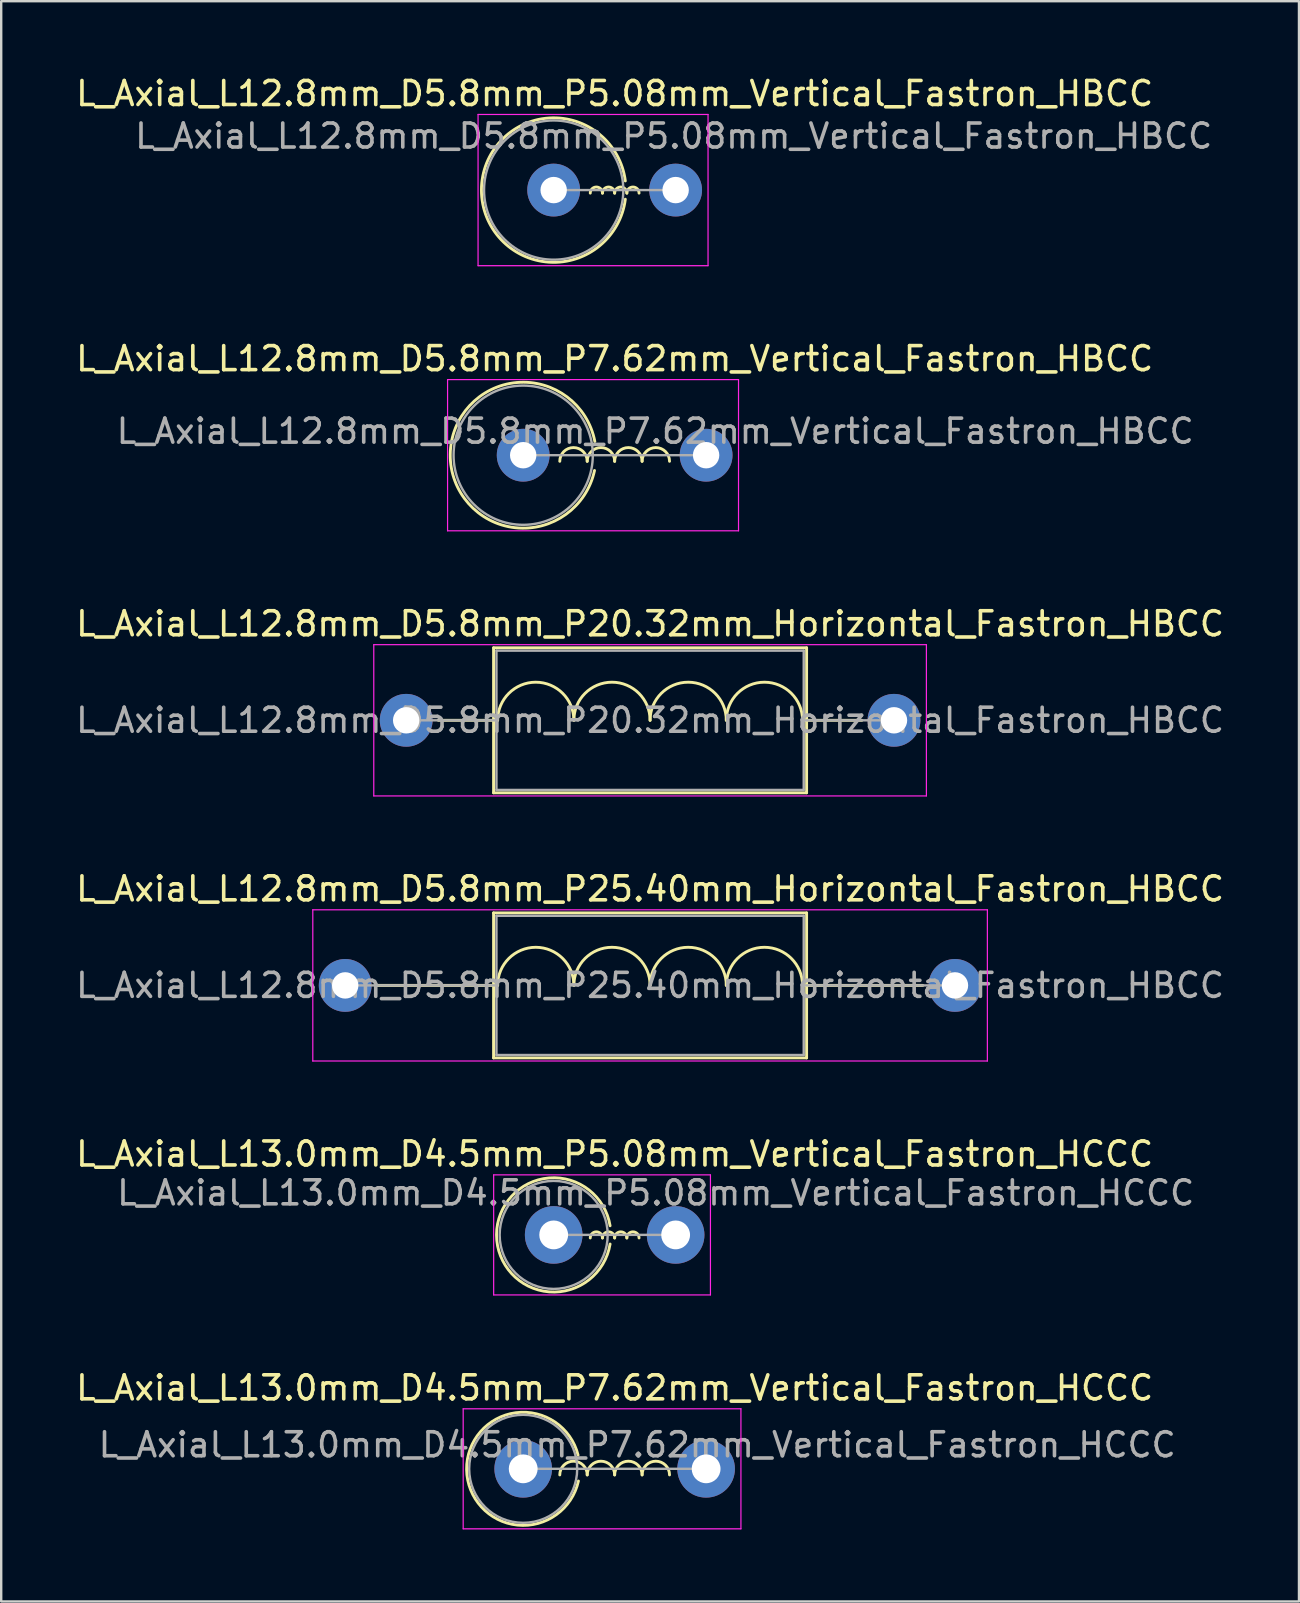
<source format=kicad_pcb>
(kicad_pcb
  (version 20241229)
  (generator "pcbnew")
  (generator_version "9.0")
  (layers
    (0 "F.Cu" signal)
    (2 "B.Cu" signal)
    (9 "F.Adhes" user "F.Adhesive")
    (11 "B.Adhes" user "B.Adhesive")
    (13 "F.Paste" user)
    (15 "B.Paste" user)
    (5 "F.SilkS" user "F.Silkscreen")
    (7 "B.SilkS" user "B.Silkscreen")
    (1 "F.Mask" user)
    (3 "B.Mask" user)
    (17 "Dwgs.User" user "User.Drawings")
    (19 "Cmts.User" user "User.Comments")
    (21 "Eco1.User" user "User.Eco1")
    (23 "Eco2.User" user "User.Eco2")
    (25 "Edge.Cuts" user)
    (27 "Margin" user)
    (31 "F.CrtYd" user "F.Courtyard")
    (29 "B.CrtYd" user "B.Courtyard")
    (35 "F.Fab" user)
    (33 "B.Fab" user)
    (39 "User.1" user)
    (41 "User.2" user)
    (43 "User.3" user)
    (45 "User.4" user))
  (footprint "L_Axial_L12.8mm_D5.8mm_P25.40mm_Horizontal_Fastron_HBCC"
    (layer "F.Cu")
    (at 11.33 37.998)
    (property "Reference" "L_Axial_L12.8mm_D5.8mm_P25.40mm_Horizontal_Fastron_HBCC" (at 12.7 -4.02 0) (layer "F.SilkS") (effects (font (size 1 1) (thickness 0.15))))
    (attr through_hole)
    (fp_line (start 1.34 0) (end 6.18 0) (stroke (width 0.12) (type solid)) (layer "F.SilkS"))
    (fp_line (start 6.18 -3.02) (end 6.18 3.02) (stroke (width 0.12) (type solid)) (layer "F.SilkS"))
    (fp_line (start 6.18 3.02) (end 19.22 3.02) (stroke (width 0.12) (type solid)) (layer "F.SilkS"))
    (fp_line (start 6.35 0) (end 6.16 0) (stroke (width 0.12) (type solid)) (layer "F.SilkS"))
    (fp_line (start 19.05 0) (end 19.22 0) (stroke (width 0.12) (type solid)) (layer "F.SilkS"))
    (fp_line (start 19.22 -3.02) (end 6.18 -3.02) (stroke (width 0.12) (type solid)) (layer "F.SilkS"))
    (fp_line (start 19.22 3.02) (end 19.22 -3.02) (stroke (width 0.12) (type solid)) (layer "F.SilkS"))
    (fp_line (start 24.06 0) (end 19.22 0) (stroke (width 0.12) (type solid)) (layer "F.SilkS"))
    (fp_arc (start 6.35 0) (mid 7.9375 -1.5875) (end 9.525 0) (stroke (width 0.12) (type solid)) (layer "F.SilkS"))
    (fp_arc (start 9.525 0) (mid 11.1125 -1.5875) (end 12.7 0) (stroke (width 0.12) (type solid)) (layer "F.SilkS"))
    (fp_arc (start 12.7 0) (mid 14.2875 -1.5875) (end 15.875 0) (stroke (width 0.12) (type solid)) (layer "F.SilkS"))
    (fp_arc (start 15.875 0) (mid 17.4625 -1.5875) (end 19.05 0) (stroke (width 0.12) (type solid)) (layer "F.SilkS"))
    (fp_line (start -1.35 -3.15) (end -1.35 3.15) (stroke (width 0.05) (type solid)) (layer "F.CrtYd"))
    (fp_line (start -1.35 3.15) (end 26.75 3.15) (stroke (width 0.05) (type solid)) (layer "F.CrtYd"))
    (fp_line (start 26.75 -3.15) (end -1.35 -3.15) (stroke (width 0.05) (type solid)) (layer "F.CrtYd"))
    (fp_line (start 26.75 3.15) (end 26.75 -3.15) (stroke (width 0.05) (type solid)) (layer "F.CrtYd"))
    (fp_line (start 0 0) (end 6.3 0) (stroke (width 0.1) (type solid)) (layer "F.Fab"))
    (fp_line (start 6.3 -2.9) (end 6.3 2.9) (stroke (width 0.1) (type solid)) (layer "F.Fab"))
    (fp_line (start 6.3 2.9) (end 19.1 2.9) (stroke (width 0.1) (type solid)) (layer "F.Fab"))
    (fp_line (start 19.1 -2.9) (end 6.3 -2.9) (stroke (width 0.1) (type solid)) (layer "F.Fab"))
    (fp_line (start 19.1 2.9) (end 19.1 -2.9) (stroke (width 0.1) (type solid)) (layer "F.Fab"))
    (fp_line (start 25.4 0) (end 19.1 0) (stroke (width 0.1) (type solid)) (layer "F.Fab"))
    (fp_text user "${REFERENCE}" (at 12.7 0 0) (layer "F.Fab") (effects (font (size 1 1) (thickness 0.15))))
    (pad "1" thru_hole circle (at 0 0) (size 2.2 2.2) (drill 1.1) (layers "*.Cu" "*.Mask"))
    (pad "2" thru_hole oval (at 25.4 0) (size 2.2 2.2) (drill 1.1) (layers "*.Cu" "*.Mask")))
  (footprint "L_Axial_L12.8mm_D5.8mm_P20.32mm_Horizontal_Fastron_HBCC"
    (layer "F.Cu")
    (at 13.87 26.955)
    (property "Reference" "L_Axial_L12.8mm_D5.8mm_P20.32mm_Horizontal_Fastron_HBCC" (at 10.16 -4.02 0) (layer "F.SilkS") (effects (font (size 1 1) (thickness 0.15))))
    (attr through_hole)
    (fp_line (start 1.34 0) (end 3.64 0) (stroke (width 0.12) (type solid)) (layer "F.SilkS"))
    (fp_line (start 3.64 -3.02) (end 3.64 3.02) (stroke (width 0.12) (type solid)) (layer "F.SilkS"))
    (fp_line (start 3.64 3.02) (end 16.68 3.02) (stroke (width 0.12) (type solid)) (layer "F.SilkS"))
    (fp_line (start 3.81 0) (end 3.619 0) (stroke (width 0.12) (type solid)) (layer "F.SilkS"))
    (fp_line (start 16.51 0) (end 16.68 0) (stroke (width 0.12) (type solid)) (layer "F.SilkS"))
    (fp_line (start 16.68 -3.02) (end 3.64 -3.02) (stroke (width 0.12) (type solid)) (layer "F.SilkS"))
    (fp_line (start 16.68 3.02) (end 16.68 -3.02) (stroke (width 0.12) (type solid)) (layer "F.SilkS"))
    (fp_line (start 18.98 0) (end 16.68 0) (stroke (width 0.12) (type solid)) (layer "F.SilkS"))
    (fp_arc (start 3.81 0) (mid 5.3975 -1.5875) (end 6.985 0) (stroke (width 0.12) (type solid)) (layer "F.SilkS"))
    (fp_arc (start 6.985 0) (mid 8.5725 -1.5875) (end 10.16 0) (stroke (width 0.12) (type solid)) (layer "F.SilkS"))
    (fp_arc (start 10.16 0) (mid 11.7475 -1.5875) (end 13.335 0) (stroke (width 0.12) (type solid)) (layer "F.SilkS"))
    (fp_arc (start 13.335 0) (mid 14.9225 -1.5875) (end 16.51 0) (stroke (width 0.12) (type solid)) (layer "F.SilkS"))
    (fp_line (start -1.35 -3.15) (end -1.35 3.15) (stroke (width 0.05) (type solid)) (layer "F.CrtYd"))
    (fp_line (start -1.35 3.15) (end 21.67 3.15) (stroke (width 0.05) (type solid)) (layer "F.CrtYd"))
    (fp_line (start 21.67 -3.15) (end -1.35 -3.15) (stroke (width 0.05) (type solid)) (layer "F.CrtYd"))
    (fp_line (start 21.67 3.15) (end 21.67 -3.15) (stroke (width 0.05) (type solid)) (layer "F.CrtYd"))
    (fp_line (start 0 0) (end 3.76 0) (stroke (width 0.1) (type solid)) (layer "F.Fab"))
    (fp_line (start 3.76 -2.9) (end 3.76 2.9) (stroke (width 0.1) (type solid)) (layer "F.Fab"))
    (fp_line (start 3.76 2.9) (end 16.56 2.9) (stroke (width 0.1) (type solid)) (layer "F.Fab"))
    (fp_line (start 16.56 -2.9) (end 3.76 -2.9) (stroke (width 0.1) (type solid)) (layer "F.Fab"))
    (fp_line (start 16.56 2.9) (end 16.56 -2.9) (stroke (width 0.1) (type solid)) (layer "F.Fab"))
    (fp_line (start 20.32 0) (end 16.56 0) (stroke (width 0.1) (type solid)) (layer "F.Fab"))
    (fp_text user "${REFERENCE}" (at 10.16 0 0) (layer "F.Fab") (effects (font (size 1 1) (thickness 0.15))))
    (pad "1" thru_hole circle (at 0 0) (size 2.2 2.2) (drill 1.1) (layers "*.Cu" "*.Mask"))
    (pad "2" thru_hole oval (at 20.32 0) (size 2.2 2.2) (drill 1.1) (layers "*.Cu" "*.Mask")))
  (footprint "L_Axial_L13.0mm_D4.5mm_P5.08mm_Vertical_Fastron_HCCC"
    (layer "F.Cu")
    (at 20.014 48.391)
    (property "Reference" "L_Axial_L13.0mm_D4.5mm_P5.08mm_Vertical_Fastron_HCCC" (at 2.54 -3.37 0) (layer "F.SilkS") (effects (font (size 1 1) (thickness 0.15))))
    (attr through_hole)
    (fp_arc (start 1.524 0.127) (mid 1.778 -0.127) (end 2.032 0.127) (stroke (width 0.12) (type solid)) (layer "F.SilkS"))
    (fp_arc (start 2.032 0.127) (mid 2.286 -0.127) (end 2.54 0.127) (stroke (width 0.12) (type solid)) (layer "F.SilkS"))
    (fp_arc (start 2.3495 0.381) (mid -2.380191 0) (end 2.3495 -0.381) (stroke (width 0.12) (type solid)) (layer "F.SilkS"))
    (fp_arc (start 2.54 0.127) (mid 2.794 -0.127) (end 3.048 0.127) (stroke (width 0.12) (type solid)) (layer "F.SilkS"))
    (fp_arc (start 3.048 0.127) (mid 3.302 -0.127) (end 3.556 0.127) (stroke (width 0.12) (type solid)) (layer "F.SilkS"))
    (fp_line (start -2.5 -2.5) (end -2.5 2.5) (stroke (width 0.05) (type solid)) (layer "F.CrtYd"))
    (fp_line (start -2.5 2.5) (end 6.53 2.5) (stroke (width 0.05) (type solid)) (layer "F.CrtYd"))
    (fp_line (start 6.53 -2.5) (end -2.5 -2.5) (stroke (width 0.05) (type solid)) (layer "F.CrtYd"))
    (fp_line (start 6.53 2.5) (end 6.53 -2.5) (stroke (width 0.05) (type solid)) (layer "F.CrtYd"))
    (fp_line (start 0 0) (end 5.08 0) (stroke (width 0.1) (type solid)) (layer "F.Fab"))
    (fp_circle (center 0 0) (end 2.25 0) (stroke (width 0.1) (type solid)) (fill no) (layer "F.Fab"))
    (fp_text user "${REFERENCE}" (at 4.25 -1.75 0) (layer "F.Fab") (effects (font (size 1 1) (thickness 0.15))))
    (pad "1" thru_hole circle (at 0 0) (size 2.4 2.4) (drill 1.2) (layers "*.Cu" "*.Mask"))
    (pad "2" thru_hole oval (at 5.08 0) (size 2.4 2.4) (drill 1.2) (layers "*.Cu" "*.Mask")))
  (footprint "L_Axial_L13.0mm_D4.5mm_P7.62mm_Vertical_Fastron_HCCC"
    (layer "F.Cu")
    (at 18.744 58.135)
    (property "Reference" "L_Axial_L13.0mm_D4.5mm_P7.62mm_Vertical_Fastron_HCCC" (at 3.81 -3.37 0) (layer "F.SilkS") (effects (font (size 1 1) (thickness 0.15))))
    (attr through_hole)
    (fp_arc (start 1.524 0.254) (mid 2.0955 -0.3175) (end 2.667 0.254) (stroke (width 0.12) (type solid)) (layer "F.SilkS"))
    (fp_arc (start 2.300848 0.508434) (mid -2.356132 0.032393) (end 2.286 -0.5715) (stroke (width 0.12) (type solid)) (layer "F.SilkS"))
    (fp_arc (start 2.667 0.254) (mid 3.2385 -0.3175) (end 3.81 0.254) (stroke (width 0.12) (type solid)) (layer "F.SilkS"))
    (fp_arc (start 3.81 0.254) (mid 4.3815 -0.3175) (end 4.953 0.254) (stroke (width 0.12) (type solid)) (layer "F.SilkS"))
    (fp_arc (start 4.953 0.254) (mid 5.5245 -0.3175) (end 6.096 0.254) (stroke (width 0.12) (type solid)) (layer "F.SilkS"))
    (fp_line (start -2.5 -2.5) (end -2.5 2.5) (stroke (width 0.05) (type solid)) (layer "F.CrtYd"))
    (fp_line (start -2.5 2.5) (end 9.07 2.5) (stroke (width 0.05) (type solid)) (layer "F.CrtYd"))
    (fp_line (start 9.07 -2.5) (end -2.5 -2.5) (stroke (width 0.05) (type solid)) (layer "F.CrtYd"))
    (fp_line (start 9.07 2.5) (end 9.07 -2.5) (stroke (width 0.05) (type solid)) (layer "F.CrtYd"))
    (fp_line (start 0 0) (end 7.62 0) (stroke (width 0.1) (type solid)) (layer "F.Fab"))
    (fp_circle (center 0 0) (end 2.25 0) (stroke (width 0.1) (type solid)) (fill no) (layer "F.Fab"))
    (fp_text user "${REFERENCE}" (at 4.75 -1 0) (layer "F.Fab") (effects (font (size 1 1) (thickness 0.15))))
    (pad "1" thru_hole circle (at 0 0) (size 2.4 2.4) (drill 1.2) (layers "*.Cu" "*.Mask"))
    (pad "2" thru_hole oval (at 7.62 0) (size 2.4 2.4) (drill 1.2) (layers "*.Cu" "*.Mask")))
  (footprint "L_Axial_L12.8mm_D5.8mm_P5.08mm_Vertical_Fastron_HBCC"
    (layer "F.Cu")
    (at 20.014 4.868)
    (property "Reference" "L_Axial_L12.8mm_D5.8mm_P5.08mm_Vertical_Fastron_HBCC" (at 2.54 -4.02 0) (layer "F.SilkS") (effects (font (size 1 1) (thickness 0.15))))
    (attr through_hole)
    (fp_arc (start 1.524 0.127) (mid 1.778 -0.127) (end 2.032 0.127) (stroke (width 0.12) (type solid)) (layer "F.SilkS"))
    (fp_arc (start 2.032 0.127) (mid 2.286 -0.127) (end 2.54 0.127) (stroke (width 0.12) (type solid)) (layer "F.SilkS"))
    (fp_arc (start 2.54 0.127) (mid 2.794 -0.127) (end 3.048 0.127) (stroke (width 0.12) (type solid)) (layer "F.SilkS"))
    (fp_arc (start 2.9845 0.381) (mid -3.008721 0) (end 2.9845 -0.381) (stroke (width 0.12) (type solid)) (layer "F.SilkS"))
    (fp_arc (start 3.048 0.127) (mid 3.302 -0.127) (end 3.556 0.127) (stroke (width 0.12) (type solid)) (layer "F.SilkS"))
    (fp_line (start -3.15 -3.15) (end -3.15 3.15) (stroke (width 0.05) (type solid)) (layer "F.CrtYd"))
    (fp_line (start -3.15 3.15) (end 6.43 3.15) (stroke (width 0.05) (type solid)) (layer "F.CrtYd"))
    (fp_line (start 6.43 -3.15) (end -3.15 -3.15) (stroke (width 0.05) (type solid)) (layer "F.CrtYd"))
    (fp_line (start 6.43 3.15) (end 6.43 -3.15) (stroke (width 0.05) (type solid)) (layer "F.CrtYd"))
    (fp_line (start 0 0) (end 5.08 0) (stroke (width 0.1) (type solid)) (layer "F.Fab"))
    (fp_circle (center 0 0) (end 2.9 0) (stroke (width 0.1) (type solid)) (fill no) (layer "F.Fab"))
    (fp_text user "${REFERENCE}" (at 5 -2.25 0) (layer "F.Fab") (effects (font (size 1 1) (thickness 0.15))))
    (pad "1" thru_hole circle (at 0 0) (size 2.2 2.2) (drill 1.1) (layers "*.Cu" "*.Mask"))
    (pad "2" thru_hole oval (at 5.08 0) (size 2.2 2.2) (drill 1.1) (layers "*.Cu" "*.Mask")))
  (footprint "L_Axial_L12.8mm_D5.8mm_P7.62mm_Vertical_Fastron_HBCC"
    (layer "F.Cu")
    (at 18.744 15.912)
    (property "Reference" "L_Axial_L12.8mm_D5.8mm_P7.62mm_Vertical_Fastron_HBCC" (at 3.81 -4.02 0) (layer "F.SilkS") (effects (font (size 1 1) (thickness 0.15))))
    (attr through_hole)
    (fp_arc (start 1.524 0.254) (mid 2.0955 -0.3175) (end 2.667 0.254) (stroke (width 0.12) (type solid)) (layer "F.SilkS"))
    (fp_arc (start 2.667 0.254) (mid 3.2385 -0.3175) (end 3.81 0.254) (stroke (width 0.12) (type solid)) (layer "F.SilkS"))
    (fp_arc (start 2.971329 0.636439) (mid -3.038545 -0.033133) (end 2.9845 -0.5715) (stroke (width 0.12) (type solid)) (layer "F.SilkS"))
    (fp_arc (start 3.81 0.254) (mid 4.3815 -0.3175) (end 4.953 0.254) (stroke (width 0.12) (type solid)) (layer "F.SilkS"))
    (fp_arc (start 4.953 0.254) (mid 5.5245 -0.3175) (end 6.096 0.254) (stroke (width 0.12) (type solid)) (layer "F.SilkS"))
    (fp_line (start -3.15 -3.15) (end -3.15 3.15) (stroke (width 0.05) (type solid)) (layer "F.CrtYd"))
    (fp_line (start -3.15 3.15) (end 8.97 3.15) (stroke (width 0.05) (type solid)) (layer "F.CrtYd"))
    (fp_line (start 8.97 -3.15) (end -3.15 -3.15) (stroke (width 0.05) (type solid)) (layer "F.CrtYd"))
    (fp_line (start 8.97 3.15) (end 8.97 -3.15) (stroke (width 0.05) (type solid)) (layer "F.CrtYd"))
    (fp_line (start 0 0) (end 7.62 0) (stroke (width 0.1) (type solid)) (layer "F.Fab"))
    (fp_circle (center 0 0) (end 2.9 0) (stroke (width 0.1) (type solid)) (fill no) (layer "F.Fab"))
    (fp_text user "${REFERENCE}" (at 5.5 -1 0) (layer "F.Fab") (effects (font (size 1 1) (thickness 0.15))))
    (pad "1" thru_hole circle (at 0 0) (size 2.2 2.2) (drill 1.1) (layers "*.Cu" "*.Mask"))
    (pad "2" thru_hole oval (at 7.62 0) (size 2.2 2.2) (drill 1.1) (layers "*.Cu" "*.Mask")))
  (gr_rect
    (start -3 -3)
    (end 51.06 63.66)
    (stroke (width 0.1) (type default))
    (fill no)
    (layer "Edge.Cuts")))
</source>
